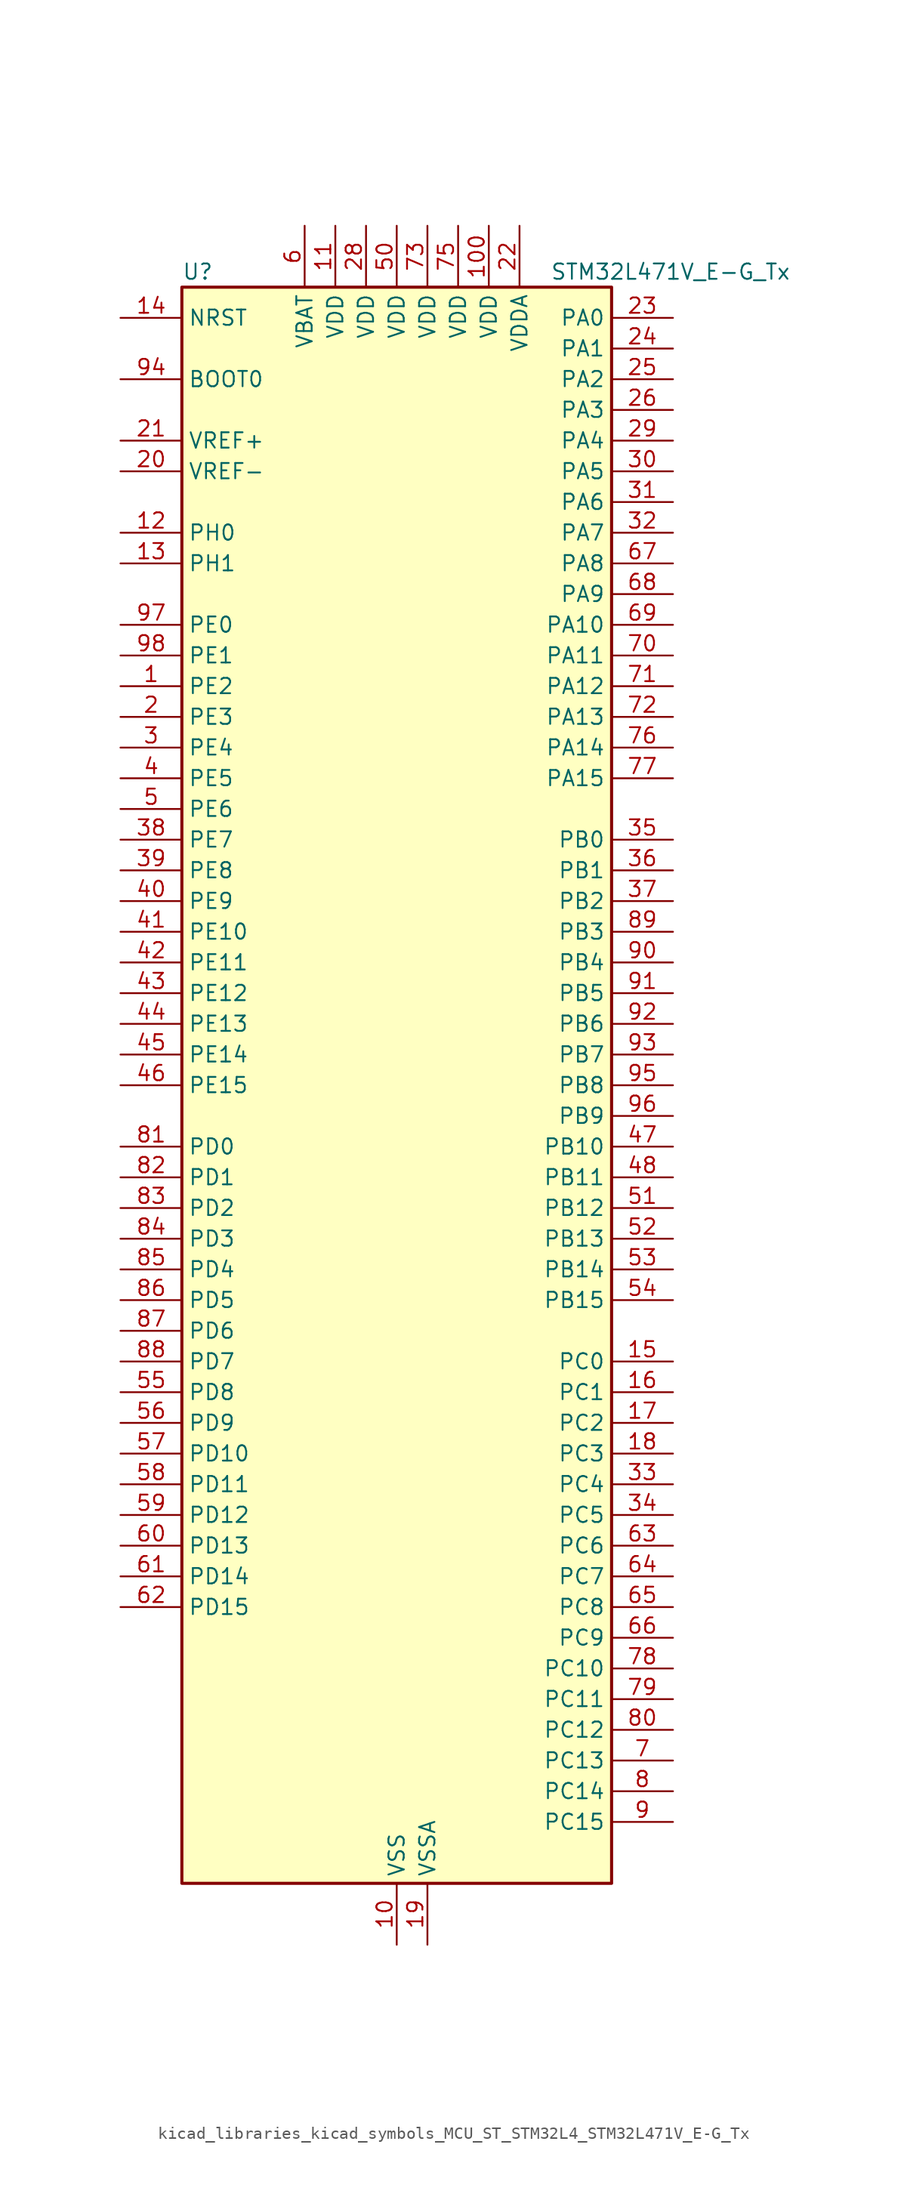
<source format=kicad_sym>
(kicad_symbol_lib
  (version 20220914)
  (generator kicad_symbol_editor)
  (symbol "kicad_libraries_kicad_symbols_MCU_ST_STM32L4_STM32L471V_E-G_Tx"
    (property "Reference" "U"
      (at -17.78 67.31 0)
      (effects (font (size 1.27 1.27)) (justify left)))
    (property "Value" "STM32L471V_E-G_Tx"
      (at 12.7 67.31 0)
      (effects (font (size 1.27 1.27)) (justify left)))
    (property "ki_locked" ""
      (at 0 0 0)
      (effects (font (size 1.27 1.27))))
    (symbol "kicad_libraries_kicad_symbols_MCU_ST_STM32L4_STM32L471V_E-G_Tx_0_1"
      (rectangle (start -17.78 -66.04) (end 17.78 66.04) (stroke (width 0.254) (type default)) (fill (type background))))
    (symbol "kicad_libraries_kicad_symbols_MCU_ST_STM32L4_STM32L471V_E-G_Tx_1_1"
      (pin bidirectional line (at -22.86 33.02 0) (length 5.08) (name "PE2" (effects (font (size 1.27 1.27)))) (number "1" (effects (font (size 1.27 1.27)))) (alternate "FMC_A23" bidirectional line) (alternate "SAI1_MCLK_A" bidirectional line) (alternate "SYS_TRACECLK" bidirectional line) (alternate "TIM3_ETR" bidirectional line) (alternate "TSC_G7_IO1" bidirectional line))
      (pin power_in line (at 0 -71.12 90) (length 5.08) (name "VSS" (effects (font (size 1.27 1.27)))) (number "10" (effects (font (size 1.27 1.27)))))
      (pin power_in line (at 7.62 71.12 270) (length 5.08) (name "VDD" (effects (font (size 1.27 1.27)))) (number "100" (effects (font (size 1.27 1.27)))))
      (pin power_in line (at -5.08 71.12 270) (length 5.08) (name "VDD" (effects (font (size 1.27 1.27)))) (number "11" (effects (font (size 1.27 1.27)))))
      (pin bidirectional line (at -22.86 45.72 0) (length 5.08) (name "PH0" (effects (font (size 1.27 1.27)))) (number "12" (effects (font (size 1.27 1.27)))) (alternate "RCC_OSC_IN" bidirectional line))
      (pin bidirectional line (at -22.86 43.18 0) (length 5.08) (name "PH1" (effects (font (size 1.27 1.27)))) (number "13" (effects (font (size 1.27 1.27)))) (alternate "RCC_OSC_OUT" bidirectional line))
      (pin input line (at -22.86 63.5 0) (length 5.08) (name "NRST" (effects (font (size 1.27 1.27)))) (number "14" (effects (font (size 1.27 1.27)))))
      (pin bidirectional line (at 22.86 -22.86 180) (length 5.08) (name "PC0" (effects (font (size 1.27 1.27)))) (number "15" (effects (font (size 1.27 1.27)))) (alternate "ADC1_IN1" bidirectional line) (alternate "ADC2_IN1" bidirectional line) (alternate "ADC3_IN1" bidirectional line) (alternate "DFSDM1_DATIN4" bidirectional line) (alternate "I2C3_SCL" bidirectional line) (alternate "LPTIM1_IN1" bidirectional line) (alternate "LPTIM2_IN1" bidirectional line) (alternate "LPUART1_RX" bidirectional line))
      (pin bidirectional line (at 22.86 -25.4 180) (length 5.08) (name "PC1" (effects (font (size 1.27 1.27)))) (number "16" (effects (font (size 1.27 1.27)))) (alternate "ADC1_IN2" bidirectional line) (alternate "ADC2_IN2" bidirectional line) (alternate "ADC3_IN2" bidirectional line) (alternate "DFSDM1_CKIN4" bidirectional line) (alternate "I2C3_SDA" bidirectional line) (alternate "LPTIM1_OUT" bidirectional line) (alternate "LPUART1_TX" bidirectional line))
      (pin bidirectional line (at 22.86 -27.94 180) (length 5.08) (name "PC2" (effects (font (size 1.27 1.27)))) (number "17" (effects (font (size 1.27 1.27)))) (alternate "ADC1_IN3" bidirectional line) (alternate "ADC2_IN3" bidirectional line) (alternate "ADC3_IN3" bidirectional line) (alternate "DFSDM1_CKOUT" bidirectional line) (alternate "LPTIM1_IN2" bidirectional line) (alternate "SPI2_MISO" bidirectional line))
      (pin bidirectional line (at 22.86 -30.48 180) (length 5.08) (name "PC3" (effects (font (size 1.27 1.27)))) (number "18" (effects (font (size 1.27 1.27)))) (alternate "ADC1_IN4" bidirectional line) (alternate "ADC2_IN4" bidirectional line) (alternate "ADC3_IN4" bidirectional line) (alternate "LPTIM1_ETR" bidirectional line) (alternate "LPTIM2_ETR" bidirectional line) (alternate "SAI1_SD_A" bidirectional line) (alternate "SPI2_MOSI" bidirectional line))
      (pin power_in line (at 2.54 -71.12 90) (length 5.08) (name "VSSA" (effects (font (size 1.27 1.27)))) (number "19" (effects (font (size 1.27 1.27)))))
      (pin bidirectional line (at -22.86 30.48 0) (length 5.08) (name "PE3" (effects (font (size 1.27 1.27)))) (number "2" (effects (font (size 1.27 1.27)))) (alternate "FMC_A19" bidirectional line) (alternate "SAI1_SD_B" bidirectional line) (alternate "SYS_TRACED0" bidirectional line) (alternate "TIM3_CH1" bidirectional line) (alternate "TSC_G7_IO2" bidirectional line))
      (pin input line (at -22.86 50.8 0) (length 5.08) (name "VREF-" (effects (font (size 1.27 1.27)))) (number "20" (effects (font (size 1.27 1.27)))))
      (pin input line (at -22.86 53.34 0) (length 5.08) (name "VREF+" (effects (font (size 1.27 1.27)))) (number "21" (effects (font (size 1.27 1.27)))) (alternate "VREFBUF_OUT" bidirectional line))
      (pin power_in line (at 10.16 71.12 270) (length 5.08) (name "VDDA" (effects (font (size 1.27 1.27)))) (number "22" (effects (font (size 1.27 1.27)))))
      (pin bidirectional line (at 22.86 63.5 180) (length 5.08) (name "PA0" (effects (font (size 1.27 1.27)))) (number "23" (effects (font (size 1.27 1.27)))) (alternate "ADC1_IN5" bidirectional line) (alternate "ADC2_IN5" bidirectional line) (alternate "OPAMP1_VINP" bidirectional line) (alternate "RTC_TAMP2" bidirectional line) (alternate "SAI1_EXTCLK" bidirectional line) (alternate "SYS_WKUP1" bidirectional line) (alternate "TIM2_CH1" bidirectional line) (alternate "TIM2_ETR" bidirectional line) (alternate "TIM5_CH1" bidirectional line) (alternate "TIM8_ETR" bidirectional line) (alternate "UART4_TX" bidirectional line) (alternate "USART2_CTS" bidirectional line))
      (pin bidirectional line (at 22.86 60.96 180) (length 5.08) (name "PA1" (effects (font (size 1.27 1.27)))) (number "24" (effects (font (size 1.27 1.27)))) (alternate "ADC1_IN6" bidirectional line) (alternate "ADC2_IN6" bidirectional line) (alternate "OPAMP1_VINM" bidirectional line) (alternate "TIM15_CH1N" bidirectional line) (alternate "TIM2_CH2" bidirectional line) (alternate "TIM5_CH2" bidirectional line) (alternate "UART4_RX" bidirectional line) (alternate "USART2_DE" bidirectional line) (alternate "USART2_RTS" bidirectional line))
      (pin bidirectional line (at 22.86 58.42 180) (length 5.08) (name "PA2" (effects (font (size 1.27 1.27)))) (number "25" (effects (font (size 1.27 1.27)))) (alternate "ADC1_IN7" bidirectional line) (alternate "ADC2_IN7" bidirectional line) (alternate "RCC_LSCO" bidirectional line) (alternate "SAI2_EXTCLK" bidirectional line) (alternate "SYS_WKUP4" bidirectional line) (alternate "TIM15_CH1" bidirectional line) (alternate "TIM2_CH3" bidirectional line) (alternate "TIM5_CH3" bidirectional line) (alternate "USART2_TX" bidirectional line))
      (pin bidirectional line (at 22.86 55.88 180) (length 5.08) (name "PA3" (effects (font (size 1.27 1.27)))) (number "26" (effects (font (size 1.27 1.27)))) (alternate "ADC1_IN8" bidirectional line) (alternate "ADC2_IN8" bidirectional line) (alternate "OPAMP1_VOUT" bidirectional line) (alternate "TIM15_CH2" bidirectional line) (alternate "TIM2_CH4" bidirectional line) (alternate "TIM5_CH4" bidirectional line) (alternate "USART2_RX" bidirectional line))
      (pin passive line (at 0 -71.12 90) (length 5.08) hide (name "VSS" (effects (font (size 1.27 1.27)))) (number "27" (effects (font (size 1.27 1.27)))))
      (pin power_in line (at -2.54 71.12 270) (length 5.08) (name "VDD" (effects (font (size 1.27 1.27)))) (number "28" (effects (font (size 1.27 1.27)))))
      (pin bidirectional line (at 22.86 53.34 180) (length 5.08) (name "PA4" (effects (font (size 1.27 1.27)))) (number "29" (effects (font (size 1.27 1.27)))) (alternate "ADC1_IN9" bidirectional line) (alternate "ADC2_IN9" bidirectional line) (alternate "DAC1_OUT1" bidirectional line) (alternate "LPTIM2_OUT" bidirectional line) (alternate "SAI1_FS_B" bidirectional line) (alternate "SPI1_NSS" bidirectional line) (alternate "SPI3_NSS" bidirectional line) (alternate "USART2_CK" bidirectional line))
      (pin bidirectional line (at -22.86 27.94 0) (length 5.08) (name "PE4" (effects (font (size 1.27 1.27)))) (number "3" (effects (font (size 1.27 1.27)))) (alternate "DFSDM1_DATIN3" bidirectional line) (alternate "FMC_A20" bidirectional line) (alternate "SAI1_FS_A" bidirectional line) (alternate "SYS_TRACED1" bidirectional line) (alternate "TIM3_CH2" bidirectional line) (alternate "TSC_G7_IO3" bidirectional line))
      (pin bidirectional line (at 22.86 50.8 180) (length 5.08) (name "PA5" (effects (font (size 1.27 1.27)))) (number "30" (effects (font (size 1.27 1.27)))) (alternate "ADC1_IN10" bidirectional line) (alternate "ADC2_IN10" bidirectional line) (alternate "DAC1_OUT2" bidirectional line) (alternate "LPTIM2_ETR" bidirectional line) (alternate "SPI1_SCK" bidirectional line) (alternate "TIM2_CH1" bidirectional line) (alternate "TIM2_ETR" bidirectional line) (alternate "TIM8_CH1N" bidirectional line))
      (pin bidirectional line (at 22.86 48.26 180) (length 5.08) (name "PA6" (effects (font (size 1.27 1.27)))) (number "31" (effects (font (size 1.27 1.27)))) (alternate "ADC1_IN11" bidirectional line) (alternate "ADC2_IN11" bidirectional line) (alternate "OPAMP2_VINP" bidirectional line) (alternate "QUADSPI_BK1_IO3" bidirectional line) (alternate "SPI1_MISO" bidirectional line) (alternate "TIM16_CH1" bidirectional line) (alternate "TIM1_BKIN" bidirectional line) (alternate "TIM1_BKIN_COMP2" bidirectional line) (alternate "TIM3_CH1" bidirectional line) (alternate "TIM8_BKIN" bidirectional line) (alternate "TIM8_BKIN_COMP2" bidirectional line) (alternate "USART3_CTS" bidirectional line))
      (pin bidirectional line (at 22.86 45.72 180) (length 5.08) (name "PA7" (effects (font (size 1.27 1.27)))) (number "32" (effects (font (size 1.27 1.27)))) (alternate "ADC1_IN12" bidirectional line) (alternate "ADC2_IN12" bidirectional line) (alternate "OPAMP2_VINM" bidirectional line) (alternate "QUADSPI_BK1_IO2" bidirectional line) (alternate "SPI1_MOSI" bidirectional line) (alternate "TIM17_CH1" bidirectional line) (alternate "TIM1_CH1N" bidirectional line) (alternate "TIM3_CH2" bidirectional line) (alternate "TIM8_CH1N" bidirectional line))
      (pin bidirectional line (at 22.86 -33.02 180) (length 5.08) (name "PC4" (effects (font (size 1.27 1.27)))) (number "33" (effects (font (size 1.27 1.27)))) (alternate "ADC1_IN13" bidirectional line) (alternate "ADC2_IN13" bidirectional line) (alternate "COMP1_INM" bidirectional line) (alternate "USART3_TX" bidirectional line))
      (pin bidirectional line (at 22.86 -35.56 180) (length 5.08) (name "PC5" (effects (font (size 1.27 1.27)))) (number "34" (effects (font (size 1.27 1.27)))) (alternate "ADC1_IN14" bidirectional line) (alternate "ADC2_IN14" bidirectional line) (alternate "COMP1_INP" bidirectional line) (alternate "SYS_WKUP5" bidirectional line) (alternate "USART3_RX" bidirectional line))
      (pin bidirectional line (at 22.86 20.32 180) (length 5.08) (name "PB0" (effects (font (size 1.27 1.27)))) (number "35" (effects (font (size 1.27 1.27)))) (alternate "ADC1_IN15" bidirectional line) (alternate "ADC2_IN15" bidirectional line) (alternate "COMP1_OUT" bidirectional line) (alternate "OPAMP2_VOUT" bidirectional line) (alternate "QUADSPI_BK1_IO1" bidirectional line) (alternate "TIM1_CH2N" bidirectional line) (alternate "TIM3_CH3" bidirectional line) (alternate "TIM8_CH2N" bidirectional line) (alternate "USART3_CK" bidirectional line))
      (pin bidirectional line (at 22.86 17.78 180) (length 5.08) (name "PB1" (effects (font (size 1.27 1.27)))) (number "36" (effects (font (size 1.27 1.27)))) (alternate "ADC1_IN16" bidirectional line) (alternate "ADC2_IN16" bidirectional line) (alternate "COMP1_INM" bidirectional line) (alternate "DFSDM1_DATIN0" bidirectional line) (alternate "LPTIM2_IN1" bidirectional line) (alternate "QUADSPI_BK1_IO0" bidirectional line) (alternate "TIM1_CH3N" bidirectional line) (alternate "TIM3_CH4" bidirectional line) (alternate "TIM8_CH3N" bidirectional line) (alternate "USART3_DE" bidirectional line) (alternate "USART3_RTS" bidirectional line))
      (pin bidirectional line (at 22.86 15.24 180) (length 5.08) (name "PB2" (effects (font (size 1.27 1.27)))) (number "37" (effects (font (size 1.27 1.27)))) (alternate "COMP1_INP" bidirectional line) (alternate "DFSDM1_CKIN0" bidirectional line) (alternate "I2C3_SMBA" bidirectional line) (alternate "LPTIM1_OUT" bidirectional line) (alternate "RTC_OUT_ALARM" bidirectional line) (alternate "RTC_OUT_CALIB" bidirectional line))
      (pin bidirectional line (at -22.86 20.32 0) (length 5.08) (name "PE7" (effects (font (size 1.27 1.27)))) (number "38" (effects (font (size 1.27 1.27)))) (alternate "DFSDM1_DATIN2" bidirectional line) (alternate "FMC_D4" bidirectional line) (alternate "FMC_DA4" bidirectional line) (alternate "SAI1_SD_B" bidirectional line) (alternate "TIM1_ETR" bidirectional line))
      (pin bidirectional line (at -22.86 17.78 0) (length 5.08) (name "PE8" (effects (font (size 1.27 1.27)))) (number "39" (effects (font (size 1.27 1.27)))) (alternate "DFSDM1_CKIN2" bidirectional line) (alternate "FMC_D5" bidirectional line) (alternate "FMC_DA5" bidirectional line) (alternate "SAI1_SCK_B" bidirectional line) (alternate "TIM1_CH1N" bidirectional line))
      (pin bidirectional line (at -22.86 25.4 0) (length 5.08) (name "PE5" (effects (font (size 1.27 1.27)))) (number "4" (effects (font (size 1.27 1.27)))) (alternate "DFSDM1_CKIN3" bidirectional line) (alternate "FMC_A21" bidirectional line) (alternate "SAI1_SCK_A" bidirectional line) (alternate "SYS_TRACED2" bidirectional line) (alternate "TIM3_CH3" bidirectional line) (alternate "TSC_G7_IO4" bidirectional line))
      (pin bidirectional line (at -22.86 15.24 0) (length 5.08) (name "PE9" (effects (font (size 1.27 1.27)))) (number "40" (effects (font (size 1.27 1.27)))) (alternate "DAC1_EXTI9" bidirectional line) (alternate "DFSDM1_CKOUT" bidirectional line) (alternate "FMC_D6" bidirectional line) (alternate "FMC_DA6" bidirectional line) (alternate "SAI1_FS_B" bidirectional line) (alternate "TIM1_CH1" bidirectional line))
      (pin bidirectional line (at -22.86 12.7 0) (length 5.08) (name "PE10" (effects (font (size 1.27 1.27)))) (number "41" (effects (font (size 1.27 1.27)))) (alternate "DFSDM1_DATIN4" bidirectional line) (alternate "FMC_D7" bidirectional line) (alternate "FMC_DA7" bidirectional line) (alternate "QUADSPI_CLK" bidirectional line) (alternate "SAI1_MCLK_B" bidirectional line) (alternate "TIM1_CH2N" bidirectional line) (alternate "TSC_G5_IO1" bidirectional line))
      (pin bidirectional line (at -22.86 10.16 0) (length 5.08) (name "PE11" (effects (font (size 1.27 1.27)))) (number "42" (effects (font (size 1.27 1.27)))) (alternate "ADC1_EXTI11" bidirectional line) (alternate "ADC2_EXTI11" bidirectional line) (alternate "ADC3_EXTI11" bidirectional line) (alternate "DFSDM1_CKIN4" bidirectional line) (alternate "FMC_D8" bidirectional line) (alternate "FMC_DA8" bidirectional line) (alternate "QUADSPI_NCS" bidirectional line) (alternate "TIM1_CH2" bidirectional line) (alternate "TSC_G5_IO2" bidirectional line))
      (pin bidirectional line (at -22.86 7.62 0) (length 5.08) (name "PE12" (effects (font (size 1.27 1.27)))) (number "43" (effects (font (size 1.27 1.27)))) (alternate "DFSDM1_DATIN5" bidirectional line) (alternate "FMC_D9" bidirectional line) (alternate "FMC_DA9" bidirectional line) (alternate "QUADSPI_BK1_IO0" bidirectional line) (alternate "SPI1_NSS" bidirectional line) (alternate "TIM1_CH3N" bidirectional line) (alternate "TSC_G5_IO3" bidirectional line))
      (pin bidirectional line (at -22.86 5.08 0) (length 5.08) (name "PE13" (effects (font (size 1.27 1.27)))) (number "44" (effects (font (size 1.27 1.27)))) (alternate "DFSDM1_CKIN5" bidirectional line) (alternate "FMC_D10" bidirectional line) (alternate "FMC_DA10" bidirectional line) (alternate "QUADSPI_BK1_IO1" bidirectional line) (alternate "SPI1_SCK" bidirectional line) (alternate "TIM1_CH3" bidirectional line) (alternate "TSC_G5_IO4" bidirectional line))
      (pin bidirectional line (at -22.86 2.54 0) (length 5.08) (name "PE14" (effects (font (size 1.27 1.27)))) (number "45" (effects (font (size 1.27 1.27)))) (alternate "FMC_D11" bidirectional line) (alternate "FMC_DA11" bidirectional line) (alternate "QUADSPI_BK1_IO2" bidirectional line) (alternate "SPI1_MISO" bidirectional line) (alternate "TIM1_BKIN2" bidirectional line) (alternate "TIM1_BKIN2_COMP2" bidirectional line) (alternate "TIM1_CH4" bidirectional line))
      (pin bidirectional line (at -22.86 0 0) (length 5.08) (name "PE15" (effects (font (size 1.27 1.27)))) (number "46" (effects (font (size 1.27 1.27)))) (alternate "ADC1_EXTI15" bidirectional line) (alternate "ADC2_EXTI15" bidirectional line) (alternate "ADC3_EXTI15" bidirectional line) (alternate "FMC_D12" bidirectional line) (alternate "FMC_DA12" bidirectional line) (alternate "QUADSPI_BK1_IO3" bidirectional line) (alternate "SPI1_MOSI" bidirectional line) (alternate "TIM1_BKIN" bidirectional line) (alternate "TIM1_BKIN_COMP1" bidirectional line))
      (pin bidirectional line (at 22.86 -5.08 180) (length 5.08) (name "PB10" (effects (font (size 1.27 1.27)))) (number "47" (effects (font (size 1.27 1.27)))) (alternate "COMP1_OUT" bidirectional line) (alternate "DFSDM1_DATIN7" bidirectional line) (alternate "I2C2_SCL" bidirectional line) (alternate "LPUART1_RX" bidirectional line) (alternate "QUADSPI_CLK" bidirectional line) (alternate "SAI1_SCK_A" bidirectional line) (alternate "SPI2_SCK" bidirectional line) (alternate "TIM2_CH3" bidirectional line) (alternate "USART3_TX" bidirectional line))
      (pin bidirectional line (at 22.86 -7.62 180) (length 5.08) (name "PB11" (effects (font (size 1.27 1.27)))) (number "48" (effects (font (size 1.27 1.27)))) (alternate "ADC1_EXTI11" bidirectional line) (alternate "ADC2_EXTI11" bidirectional line) (alternate "ADC3_EXTI11" bidirectional line) (alternate "COMP2_OUT" bidirectional line) (alternate "DFSDM1_CKIN7" bidirectional line) (alternate "I2C2_SDA" bidirectional line) (alternate "LPUART1_TX" bidirectional line) (alternate "QUADSPI_NCS" bidirectional line) (alternate "TIM2_CH4" bidirectional line) (alternate "USART3_RX" bidirectional line))
      (pin passive line (at 0 -71.12 90) (length 5.08) hide (name "VSS" (effects (font (size 1.27 1.27)))) (number "49" (effects (font (size 1.27 1.27)))))
      (pin bidirectional line (at -22.86 22.86 0) (length 5.08) (name "PE6" (effects (font (size 1.27 1.27)))) (number "5" (effects (font (size 1.27 1.27)))) (alternate "FMC_A22" bidirectional line) (alternate "RTC_TAMP3" bidirectional line) (alternate "SAI1_SD_A" bidirectional line) (alternate "SYS_TRACED3" bidirectional line) (alternate "SYS_WKUP3" bidirectional line) (alternate "TIM3_CH4" bidirectional line))
      (pin power_in line (at 0 71.12 270) (length 5.08) (name "VDD" (effects (font (size 1.27 1.27)))) (number "50" (effects (font (size 1.27 1.27)))))
      (pin bidirectional line (at 22.86 -10.16 180) (length 5.08) (name "PB12" (effects (font (size 1.27 1.27)))) (number "51" (effects (font (size 1.27 1.27)))) (alternate "DFSDM1_DATIN1" bidirectional line) (alternate "I2C2_SMBA" bidirectional line) (alternate "LPUART1_DE" bidirectional line) (alternate "LPUART1_RTS" bidirectional line) (alternate "SAI2_FS_A" bidirectional line) (alternate "SPI2_NSS" bidirectional line) (alternate "SWPMI1_IO" bidirectional line) (alternate "TIM15_BKIN" bidirectional line) (alternate "TIM1_BKIN" bidirectional line) (alternate "TIM1_BKIN_COMP2" bidirectional line) (alternate "TSC_G1_IO1" bidirectional line) (alternate "USART3_CK" bidirectional line))
      (pin bidirectional line (at 22.86 -12.7 180) (length 5.08) (name "PB13" (effects (font (size 1.27 1.27)))) (number "52" (effects (font (size 1.27 1.27)))) (alternate "DFSDM1_CKIN1" bidirectional line) (alternate "I2C2_SCL" bidirectional line) (alternate "LPUART1_CTS" bidirectional line) (alternate "SAI2_SCK_A" bidirectional line) (alternate "SPI2_SCK" bidirectional line) (alternate "SWPMI1_TX" bidirectional line) (alternate "TIM15_CH1N" bidirectional line) (alternate "TIM1_CH1N" bidirectional line) (alternate "TSC_G1_IO2" bidirectional line) (alternate "USART3_CTS" bidirectional line))
      (pin bidirectional line (at 22.86 -15.24 180) (length 5.08) (name "PB14" (effects (font (size 1.27 1.27)))) (number "53" (effects (font (size 1.27 1.27)))) (alternate "DFSDM1_DATIN2" bidirectional line) (alternate "I2C2_SDA" bidirectional line) (alternate "SAI2_MCLK_A" bidirectional line) (alternate "SPI2_MISO" bidirectional line) (alternate "SWPMI1_RX" bidirectional line) (alternate "TIM15_CH1" bidirectional line) (alternate "TIM1_CH2N" bidirectional line) (alternate "TIM8_CH2N" bidirectional line) (alternate "TSC_G1_IO3" bidirectional line) (alternate "USART3_DE" bidirectional line) (alternate "USART3_RTS" bidirectional line))
      (pin bidirectional line (at 22.86 -17.78 180) (length 5.08) (name "PB15" (effects (font (size 1.27 1.27)))) (number "54" (effects (font (size 1.27 1.27)))) (alternate "ADC1_EXTI15" bidirectional line) (alternate "ADC2_EXTI15" bidirectional line) (alternate "ADC3_EXTI15" bidirectional line) (alternate "DFSDM1_CKIN2" bidirectional line) (alternate "RTC_REFIN" bidirectional line) (alternate "SAI2_SD_A" bidirectional line) (alternate "SPI2_MOSI" bidirectional line) (alternate "SWPMI1_SUSPEND" bidirectional line) (alternate "TIM15_CH2" bidirectional line) (alternate "TIM1_CH3N" bidirectional line) (alternate "TIM8_CH3N" bidirectional line) (alternate "TSC_G1_IO4" bidirectional line))
      (pin bidirectional line (at -22.86 -25.4 0) (length 5.08) (name "PD8" (effects (font (size 1.27 1.27)))) (number "55" (effects (font (size 1.27 1.27)))) (alternate "FMC_D13" bidirectional line) (alternate "FMC_DA13" bidirectional line) (alternate "USART3_TX" bidirectional line))
      (pin bidirectional line (at -22.86 -27.94 0) (length 5.08) (name "PD9" (effects (font (size 1.27 1.27)))) (number "56" (effects (font (size 1.27 1.27)))) (alternate "DAC1_EXTI9" bidirectional line) (alternate "FMC_D14" bidirectional line) (alternate "FMC_DA14" bidirectional line) (alternate "SAI2_MCLK_A" bidirectional line) (alternate "USART3_RX" bidirectional line))
      (pin bidirectional line (at -22.86 -30.48 0) (length 5.08) (name "PD10" (effects (font (size 1.27 1.27)))) (number "57" (effects (font (size 1.27 1.27)))) (alternate "FMC_D15" bidirectional line) (alternate "FMC_DA15" bidirectional line) (alternate "SAI2_SCK_A" bidirectional line) (alternate "TSC_G6_IO1" bidirectional line) (alternate "USART3_CK" bidirectional line))
      (pin bidirectional line (at -22.86 -33.02 0) (length 5.08) (name "PD11" (effects (font (size 1.27 1.27)))) (number "58" (effects (font (size 1.27 1.27)))) (alternate "ADC1_EXTI11" bidirectional line) (alternate "ADC2_EXTI11" bidirectional line) (alternate "ADC3_EXTI11" bidirectional line) (alternate "FMC_A16" bidirectional line) (alternate "FMC_CLE" bidirectional line) (alternate "LPTIM2_ETR" bidirectional line) (alternate "SAI2_SD_A" bidirectional line) (alternate "TSC_G6_IO2" bidirectional line) (alternate "USART3_CTS" bidirectional line))
      (pin bidirectional line (at -22.86 -35.56 0) (length 5.08) (name "PD12" (effects (font (size 1.27 1.27)))) (number "59" (effects (font (size 1.27 1.27)))) (alternate "FMC_A17" bidirectional line) (alternate "FMC_ALE" bidirectional line) (alternate "LPTIM2_IN1" bidirectional line) (alternate "SAI2_FS_A" bidirectional line) (alternate "TIM4_CH1" bidirectional line) (alternate "TSC_G6_IO3" bidirectional line) (alternate "USART3_DE" bidirectional line) (alternate "USART3_RTS" bidirectional line))
      (pin power_in line (at -7.62 71.12 270) (length 5.08) (name "VBAT" (effects (font (size 1.27 1.27)))) (number "6" (effects (font (size 1.27 1.27)))))
      (pin bidirectional line (at -22.86 -38.1 0) (length 5.08) (name "PD13" (effects (font (size 1.27 1.27)))) (number "60" (effects (font (size 1.27 1.27)))) (alternate "FMC_A18" bidirectional line) (alternate "LPTIM2_OUT" bidirectional line) (alternate "TIM4_CH2" bidirectional line) (alternate "TSC_G6_IO4" bidirectional line))
      (pin bidirectional line (at -22.86 -40.64 0) (length 5.08) (name "PD14" (effects (font (size 1.27 1.27)))) (number "61" (effects (font (size 1.27 1.27)))) (alternate "FMC_D0" bidirectional line) (alternate "FMC_DA0" bidirectional line) (alternate "TIM4_CH3" bidirectional line))
      (pin bidirectional line (at -22.86 -43.18 0) (length 5.08) (name "PD15" (effects (font (size 1.27 1.27)))) (number "62" (effects (font (size 1.27 1.27)))) (alternate "ADC1_EXTI15" bidirectional line) (alternate "ADC2_EXTI15" bidirectional line) (alternate "ADC3_EXTI15" bidirectional line) (alternate "FMC_D1" bidirectional line) (alternate "FMC_DA1" bidirectional line) (alternate "TIM4_CH4" bidirectional line))
      (pin bidirectional line (at 22.86 -38.1 180) (length 5.08) (name "PC6" (effects (font (size 1.27 1.27)))) (number "63" (effects (font (size 1.27 1.27)))) (alternate "DFSDM1_CKIN3" bidirectional line) (alternate "SAI2_MCLK_A" bidirectional line) (alternate "SDMMC1_D6" bidirectional line) (alternate "TIM3_CH1" bidirectional line) (alternate "TIM8_CH1" bidirectional line) (alternate "TSC_G4_IO1" bidirectional line))
      (pin bidirectional line (at 22.86 -40.64 180) (length 5.08) (name "PC7" (effects (font (size 1.27 1.27)))) (number "64" (effects (font (size 1.27 1.27)))) (alternate "DFSDM1_DATIN3" bidirectional line) (alternate "SAI2_MCLK_B" bidirectional line) (alternate "SDMMC1_D7" bidirectional line) (alternate "TIM3_CH2" bidirectional line) (alternate "TIM8_CH2" bidirectional line) (alternate "TSC_G4_IO2" bidirectional line))
      (pin bidirectional line (at 22.86 -43.18 180) (length 5.08) (name "PC8" (effects (font (size 1.27 1.27)))) (number "65" (effects (font (size 1.27 1.27)))) (alternate "SDMMC1_D0" bidirectional line) (alternate "TIM3_CH3" bidirectional line) (alternate "TIM8_CH3" bidirectional line) (alternate "TSC_G4_IO3" bidirectional line))
      (pin bidirectional line (at 22.86 -45.72 180) (length 5.08) (name "PC9" (effects (font (size 1.27 1.27)))) (number "66" (effects (font (size 1.27 1.27)))) (alternate "DAC1_EXTI9" bidirectional line) (alternate "SAI2_EXTCLK" bidirectional line) (alternate "SDMMC1_D1" bidirectional line) (alternate "TIM3_CH4" bidirectional line) (alternate "TIM8_BKIN2" bidirectional line) (alternate "TIM8_BKIN2_COMP1" bidirectional line) (alternate "TIM8_CH4" bidirectional line) (alternate "TSC_G4_IO4" bidirectional line))
      (pin bidirectional line (at 22.86 43.18 180) (length 5.08) (name "PA8" (effects (font (size 1.27 1.27)))) (number "67" (effects (font (size 1.27 1.27)))) (alternate "LPTIM2_OUT" bidirectional line) (alternate "RCC_MCO" bidirectional line) (alternate "TIM1_CH1" bidirectional line) (alternate "USART1_CK" bidirectional line))
      (pin bidirectional line (at 22.86 40.64 180) (length 5.08) (name "PA9" (effects (font (size 1.27 1.27)))) (number "68" (effects (font (size 1.27 1.27)))) (alternate "DAC1_EXTI9" bidirectional line) (alternate "TIM15_BKIN" bidirectional line) (alternate "TIM1_CH2" bidirectional line) (alternate "USART1_TX" bidirectional line))
      (pin bidirectional line (at 22.86 38.1 180) (length 5.08) (name "PA10" (effects (font (size 1.27 1.27)))) (number "69" (effects (font (size 1.27 1.27)))) (alternate "TIM17_BKIN" bidirectional line) (alternate "TIM1_CH3" bidirectional line) (alternate "USART1_RX" bidirectional line))
      (pin bidirectional line (at 22.86 -55.88 180) (length 5.08) (name "PC13" (effects (font (size 1.27 1.27)))) (number "7" (effects (font (size 1.27 1.27)))) (alternate "RTC_OUT_ALARM" bidirectional line) (alternate "RTC_OUT_CALIB" bidirectional line) (alternate "RTC_TAMP1" bidirectional line) (alternate "RTC_TS" bidirectional line) (alternate "SYS_WKUP2" bidirectional line))
      (pin bidirectional line (at 22.86 35.56 180) (length 5.08) (name "PA11" (effects (font (size 1.27 1.27)))) (number "70" (effects (font (size 1.27 1.27)))) (alternate "ADC1_EXTI11" bidirectional line) (alternate "ADC2_EXTI11" bidirectional line) (alternate "ADC3_EXTI11" bidirectional line) (alternate "CAN1_RX" bidirectional line) (alternate "TIM1_BKIN2" bidirectional line) (alternate "TIM1_BKIN2_COMP1" bidirectional line) (alternate "TIM1_CH4" bidirectional line) (alternate "USART1_CTS" bidirectional line))
      (pin bidirectional line (at 22.86 33.02 180) (length 5.08) (name "PA12" (effects (font (size 1.27 1.27)))) (number "71" (effects (font (size 1.27 1.27)))) (alternate "CAN1_TX" bidirectional line) (alternate "TIM1_ETR" bidirectional line) (alternate "USART1_DE" bidirectional line) (alternate "USART1_RTS" bidirectional line))
      (pin bidirectional line (at 22.86 30.48 180) (length 5.08) (name "PA13" (effects (font (size 1.27 1.27)))) (number "72" (effects (font (size 1.27 1.27)))) (alternate "IR_OUT" bidirectional line) (alternate "SYS_JTMS-SWDIO" bidirectional line))
      (pin power_in line (at 2.54 71.12 270) (length 5.08) (name "VDD" (effects (font (size 1.27 1.27)))) (number "73" (effects (font (size 1.27 1.27)))))
      (pin passive line (at 0 -71.12 90) (length 5.08) hide (name "VSS" (effects (font (size 1.27 1.27)))) (number "74" (effects (font (size 1.27 1.27)))))
      (pin power_in line (at 5.08 71.12 270) (length 5.08) (name "VDD" (effects (font (size 1.27 1.27)))) (number "75" (effects (font (size 1.27 1.27)))))
      (pin bidirectional line (at 22.86 27.94 180) (length 5.08) (name "PA14" (effects (font (size 1.27 1.27)))) (number "76" (effects (font (size 1.27 1.27)))) (alternate "SYS_JTCK-SWCLK" bidirectional line))
      (pin bidirectional line (at 22.86 25.4 180) (length 5.08) (name "PA15" (effects (font (size 1.27 1.27)))) (number "77" (effects (font (size 1.27 1.27)))) (alternate "ADC1_EXTI15" bidirectional line) (alternate "ADC2_EXTI15" bidirectional line) (alternate "ADC3_EXTI15" bidirectional line) (alternate "SAI2_FS_B" bidirectional line) (alternate "SPI1_NSS" bidirectional line) (alternate "SPI3_NSS" bidirectional line) (alternate "SYS_JTDI" bidirectional line) (alternate "TIM2_CH1" bidirectional line) (alternate "TIM2_ETR" bidirectional line) (alternate "TSC_G3_IO1" bidirectional line) (alternate "UART4_DE" bidirectional line) (alternate "UART4_RTS" bidirectional line))
      (pin bidirectional line (at 22.86 -48.26 180) (length 5.08) (name "PC10" (effects (font (size 1.27 1.27)))) (number "78" (effects (font (size 1.27 1.27)))) (alternate "SAI2_SCK_B" bidirectional line) (alternate "SDMMC1_D2" bidirectional line) (alternate "SPI3_SCK" bidirectional line) (alternate "TSC_G3_IO2" bidirectional line) (alternate "UART4_TX" bidirectional line) (alternate "USART3_TX" bidirectional line))
      (pin bidirectional line (at 22.86 -50.8 180) (length 5.08) (name "PC11" (effects (font (size 1.27 1.27)))) (number "79" (effects (font (size 1.27 1.27)))) (alternate "ADC1_EXTI11" bidirectional line) (alternate "ADC2_EXTI11" bidirectional line) (alternate "ADC3_EXTI11" bidirectional line) (alternate "SAI2_MCLK_B" bidirectional line) (alternate "SDMMC1_D3" bidirectional line) (alternate "SPI3_MISO" bidirectional line) (alternate "TSC_G3_IO3" bidirectional line) (alternate "UART4_RX" bidirectional line) (alternate "USART3_RX" bidirectional line))
      (pin bidirectional line (at 22.86 -58.42 180) (length 5.08) (name "PC14" (effects (font (size 1.27 1.27)))) (number "8" (effects (font (size 1.27 1.27)))) (alternate "RCC_OSC32_IN" bidirectional line))
      (pin bidirectional line (at 22.86 -53.34 180) (length 5.08) (name "PC12" (effects (font (size 1.27 1.27)))) (number "80" (effects (font (size 1.27 1.27)))) (alternate "SAI2_SD_B" bidirectional line) (alternate "SDMMC1_CK" bidirectional line) (alternate "SPI3_MOSI" bidirectional line) (alternate "TSC_G3_IO4" bidirectional line) (alternate "UART5_TX" bidirectional line) (alternate "USART3_CK" bidirectional line))
      (pin bidirectional line (at -22.86 -5.08 0) (length 5.08) (name "PD0" (effects (font (size 1.27 1.27)))) (number "81" (effects (font (size 1.27 1.27)))) (alternate "CAN1_RX" bidirectional line) (alternate "DFSDM1_DATIN7" bidirectional line) (alternate "FMC_D2" bidirectional line) (alternate "FMC_DA2" bidirectional line) (alternate "SPI2_NSS" bidirectional line))
      (pin bidirectional line (at -22.86 -7.62 0) (length 5.08) (name "PD1" (effects (font (size 1.27 1.27)))) (number "82" (effects (font (size 1.27 1.27)))) (alternate "CAN1_TX" bidirectional line) (alternate "DFSDM1_CKIN7" bidirectional line) (alternate "FMC_D3" bidirectional line) (alternate "FMC_DA3" bidirectional line) (alternate "SPI2_SCK" bidirectional line))
      (pin bidirectional line (at -22.86 -10.16 0) (length 5.08) (name "PD2" (effects (font (size 1.27 1.27)))) (number "83" (effects (font (size 1.27 1.27)))) (alternate "SDMMC1_CMD" bidirectional line) (alternate "TIM3_ETR" bidirectional line) (alternate "TSC_SYNC" bidirectional line) (alternate "UART5_RX" bidirectional line) (alternate "USART3_DE" bidirectional line) (alternate "USART3_RTS" bidirectional line))
      (pin bidirectional line (at -22.86 -12.7 0) (length 5.08) (name "PD3" (effects (font (size 1.27 1.27)))) (number "84" (effects (font (size 1.27 1.27)))) (alternate "DFSDM1_DATIN0" bidirectional line) (alternate "FMC_CLK" bidirectional line) (alternate "SPI2_MISO" bidirectional line) (alternate "USART2_CTS" bidirectional line))
      (pin bidirectional line (at -22.86 -15.24 0) (length 5.08) (name "PD4" (effects (font (size 1.27 1.27)))) (number "85" (effects (font (size 1.27 1.27)))) (alternate "DFSDM1_CKIN0" bidirectional line) (alternate "FMC_NOE" bidirectional line) (alternate "SPI2_MOSI" bidirectional line) (alternate "USART2_DE" bidirectional line) (alternate "USART2_RTS" bidirectional line))
      (pin bidirectional line (at -22.86 -17.78 0) (length 5.08) (name "PD5" (effects (font (size 1.27 1.27)))) (number "86" (effects (font (size 1.27 1.27)))) (alternate "FMC_NWE" bidirectional line) (alternate "USART2_TX" bidirectional line))
      (pin bidirectional line (at -22.86 -20.32 0) (length 5.08) (name "PD6" (effects (font (size 1.27 1.27)))) (number "87" (effects (font (size 1.27 1.27)))) (alternate "DFSDM1_DATIN1" bidirectional line) (alternate "FMC_NWAIT" bidirectional line) (alternate "SAI1_SD_A" bidirectional line) (alternate "USART2_RX" bidirectional line))
      (pin bidirectional line (at -22.86 -22.86 0) (length 5.08) (name "PD7" (effects (font (size 1.27 1.27)))) (number "88" (effects (font (size 1.27 1.27)))) (alternate "DFSDM1_CKIN1" bidirectional line) (alternate "FMC_NE1" bidirectional line) (alternate "USART2_CK" bidirectional line))
      (pin bidirectional line (at 22.86 12.7 180) (length 5.08) (name "PB3" (effects (font (size 1.27 1.27)))) (number "89" (effects (font (size 1.27 1.27)))) (alternate "COMP2_INM" bidirectional line) (alternate "SAI1_SCK_B" bidirectional line) (alternate "SPI1_SCK" bidirectional line) (alternate "SPI3_SCK" bidirectional line) (alternate "SYS_JTDO-SWO" bidirectional line) (alternate "TIM2_CH2" bidirectional line) (alternate "USART1_DE" bidirectional line) (alternate "USART1_RTS" bidirectional line))
      (pin bidirectional line (at 22.86 -60.96 180) (length 5.08) (name "PC15" (effects (font (size 1.27 1.27)))) (number "9" (effects (font (size 1.27 1.27)))) (alternate "ADC1_EXTI15" bidirectional line) (alternate "ADC2_EXTI15" bidirectional line) (alternate "ADC3_EXTI15" bidirectional line) (alternate "RCC_OSC32_OUT" bidirectional line))
      (pin bidirectional line (at 22.86 10.16 180) (length 5.08) (name "PB4" (effects (font (size 1.27 1.27)))) (number "90" (effects (font (size 1.27 1.27)))) (alternate "COMP2_INP" bidirectional line) (alternate "SAI1_MCLK_B" bidirectional line) (alternate "SPI1_MISO" bidirectional line) (alternate "SPI3_MISO" bidirectional line) (alternate "SYS_JTRST" bidirectional line) (alternate "TIM17_BKIN" bidirectional line) (alternate "TIM3_CH1" bidirectional line) (alternate "TSC_G2_IO1" bidirectional line) (alternate "UART5_DE" bidirectional line) (alternate "UART5_RTS" bidirectional line) (alternate "USART1_CTS" bidirectional line))
      (pin bidirectional line (at 22.86 7.62 180) (length 5.08) (name "PB5" (effects (font (size 1.27 1.27)))) (number "91" (effects (font (size 1.27 1.27)))) (alternate "COMP2_OUT" bidirectional line) (alternate "I2C1_SMBA" bidirectional line) (alternate "LPTIM1_IN1" bidirectional line) (alternate "SAI1_SD_B" bidirectional line) (alternate "SPI1_MOSI" bidirectional line) (alternate "SPI3_MOSI" bidirectional line) (alternate "TIM16_BKIN" bidirectional line) (alternate "TIM3_CH2" bidirectional line) (alternate "TSC_G2_IO2" bidirectional line) (alternate "UART5_CTS" bidirectional line) (alternate "USART1_CK" bidirectional line))
      (pin bidirectional line (at 22.86 5.08 180) (length 5.08) (name "PB6" (effects (font (size 1.27 1.27)))) (number "92" (effects (font (size 1.27 1.27)))) (alternate "COMP2_INP" bidirectional line) (alternate "DFSDM1_DATIN5" bidirectional line) (alternate "I2C1_SCL" bidirectional line) (alternate "LPTIM1_ETR" bidirectional line) (alternate "SAI1_FS_B" bidirectional line) (alternate "TIM16_CH1N" bidirectional line) (alternate "TIM4_CH1" bidirectional line) (alternate "TIM8_BKIN2" bidirectional line) (alternate "TIM8_BKIN2_COMP2" bidirectional line) (alternate "TSC_G2_IO3" bidirectional line) (alternate "USART1_TX" bidirectional line))
      (pin bidirectional line (at 22.86 2.54 180) (length 5.08) (name "PB7" (effects (font (size 1.27 1.27)))) (number "93" (effects (font (size 1.27 1.27)))) (alternate "COMP2_INM" bidirectional line) (alternate "DFSDM1_CKIN5" bidirectional line) (alternate "FMC_NL" bidirectional line) (alternate "I2C1_SDA" bidirectional line) (alternate "LPTIM1_IN2" bidirectional line) (alternate "SYS_PVD_IN" bidirectional line) (alternate "TIM17_CH1N" bidirectional line) (alternate "TIM4_CH2" bidirectional line) (alternate "TIM8_BKIN" bidirectional line) (alternate "TIM8_BKIN_COMP1" bidirectional line) (alternate "TSC_G2_IO4" bidirectional line) (alternate "UART4_CTS" bidirectional line) (alternate "USART1_RX" bidirectional line))
      (pin input line (at -22.86 58.42 0) (length 5.08) (name "BOOT0" (effects (font (size 1.27 1.27)))) (number "94" (effects (font (size 1.27 1.27)))))
      (pin bidirectional line (at 22.86 0 180) (length 5.08) (name "PB8" (effects (font (size 1.27 1.27)))) (number "95" (effects (font (size 1.27 1.27)))) (alternate "CAN1_RX" bidirectional line) (alternate "DFSDM1_DATIN6" bidirectional line) (alternate "I2C1_SCL" bidirectional line) (alternate "SAI1_MCLK_A" bidirectional line) (alternate "SDMMC1_D4" bidirectional line) (alternate "TIM16_CH1" bidirectional line) (alternate "TIM4_CH3" bidirectional line))
      (pin bidirectional line (at 22.86 -2.54 180) (length 5.08) (name "PB9" (effects (font (size 1.27 1.27)))) (number "96" (effects (font (size 1.27 1.27)))) (alternate "CAN1_TX" bidirectional line) (alternate "DAC1_EXTI9" bidirectional line) (alternate "DFSDM1_CKIN6" bidirectional line) (alternate "I2C1_SDA" bidirectional line) (alternate "IR_OUT" bidirectional line) (alternate "SAI1_FS_A" bidirectional line) (alternate "SDMMC1_D5" bidirectional line) (alternate "SPI2_NSS" bidirectional line) (alternate "TIM17_CH1" bidirectional line) (alternate "TIM4_CH4" bidirectional line))
      (pin bidirectional line (at -22.86 38.1 0) (length 5.08) (name "PE0" (effects (font (size 1.27 1.27)))) (number "97" (effects (font (size 1.27 1.27)))) (alternate "FMC_NBL0" bidirectional line) (alternate "TIM16_CH1" bidirectional line) (alternate "TIM4_ETR" bidirectional line))
      (pin bidirectional line (at -22.86 35.56 0) (length 5.08) (name "PE1" (effects (font (size 1.27 1.27)))) (number "98" (effects (font (size 1.27 1.27)))) (alternate "FMC_NBL1" bidirectional line) (alternate "TIM17_CH1" bidirectional line))
      (pin passive line (at 0 -71.12 90) (length 5.08) hide (name "VSS" (effects (font (size 1.27 1.27)))) (number "99" (effects (font (size 1.27 1.27))))))))
</source>
